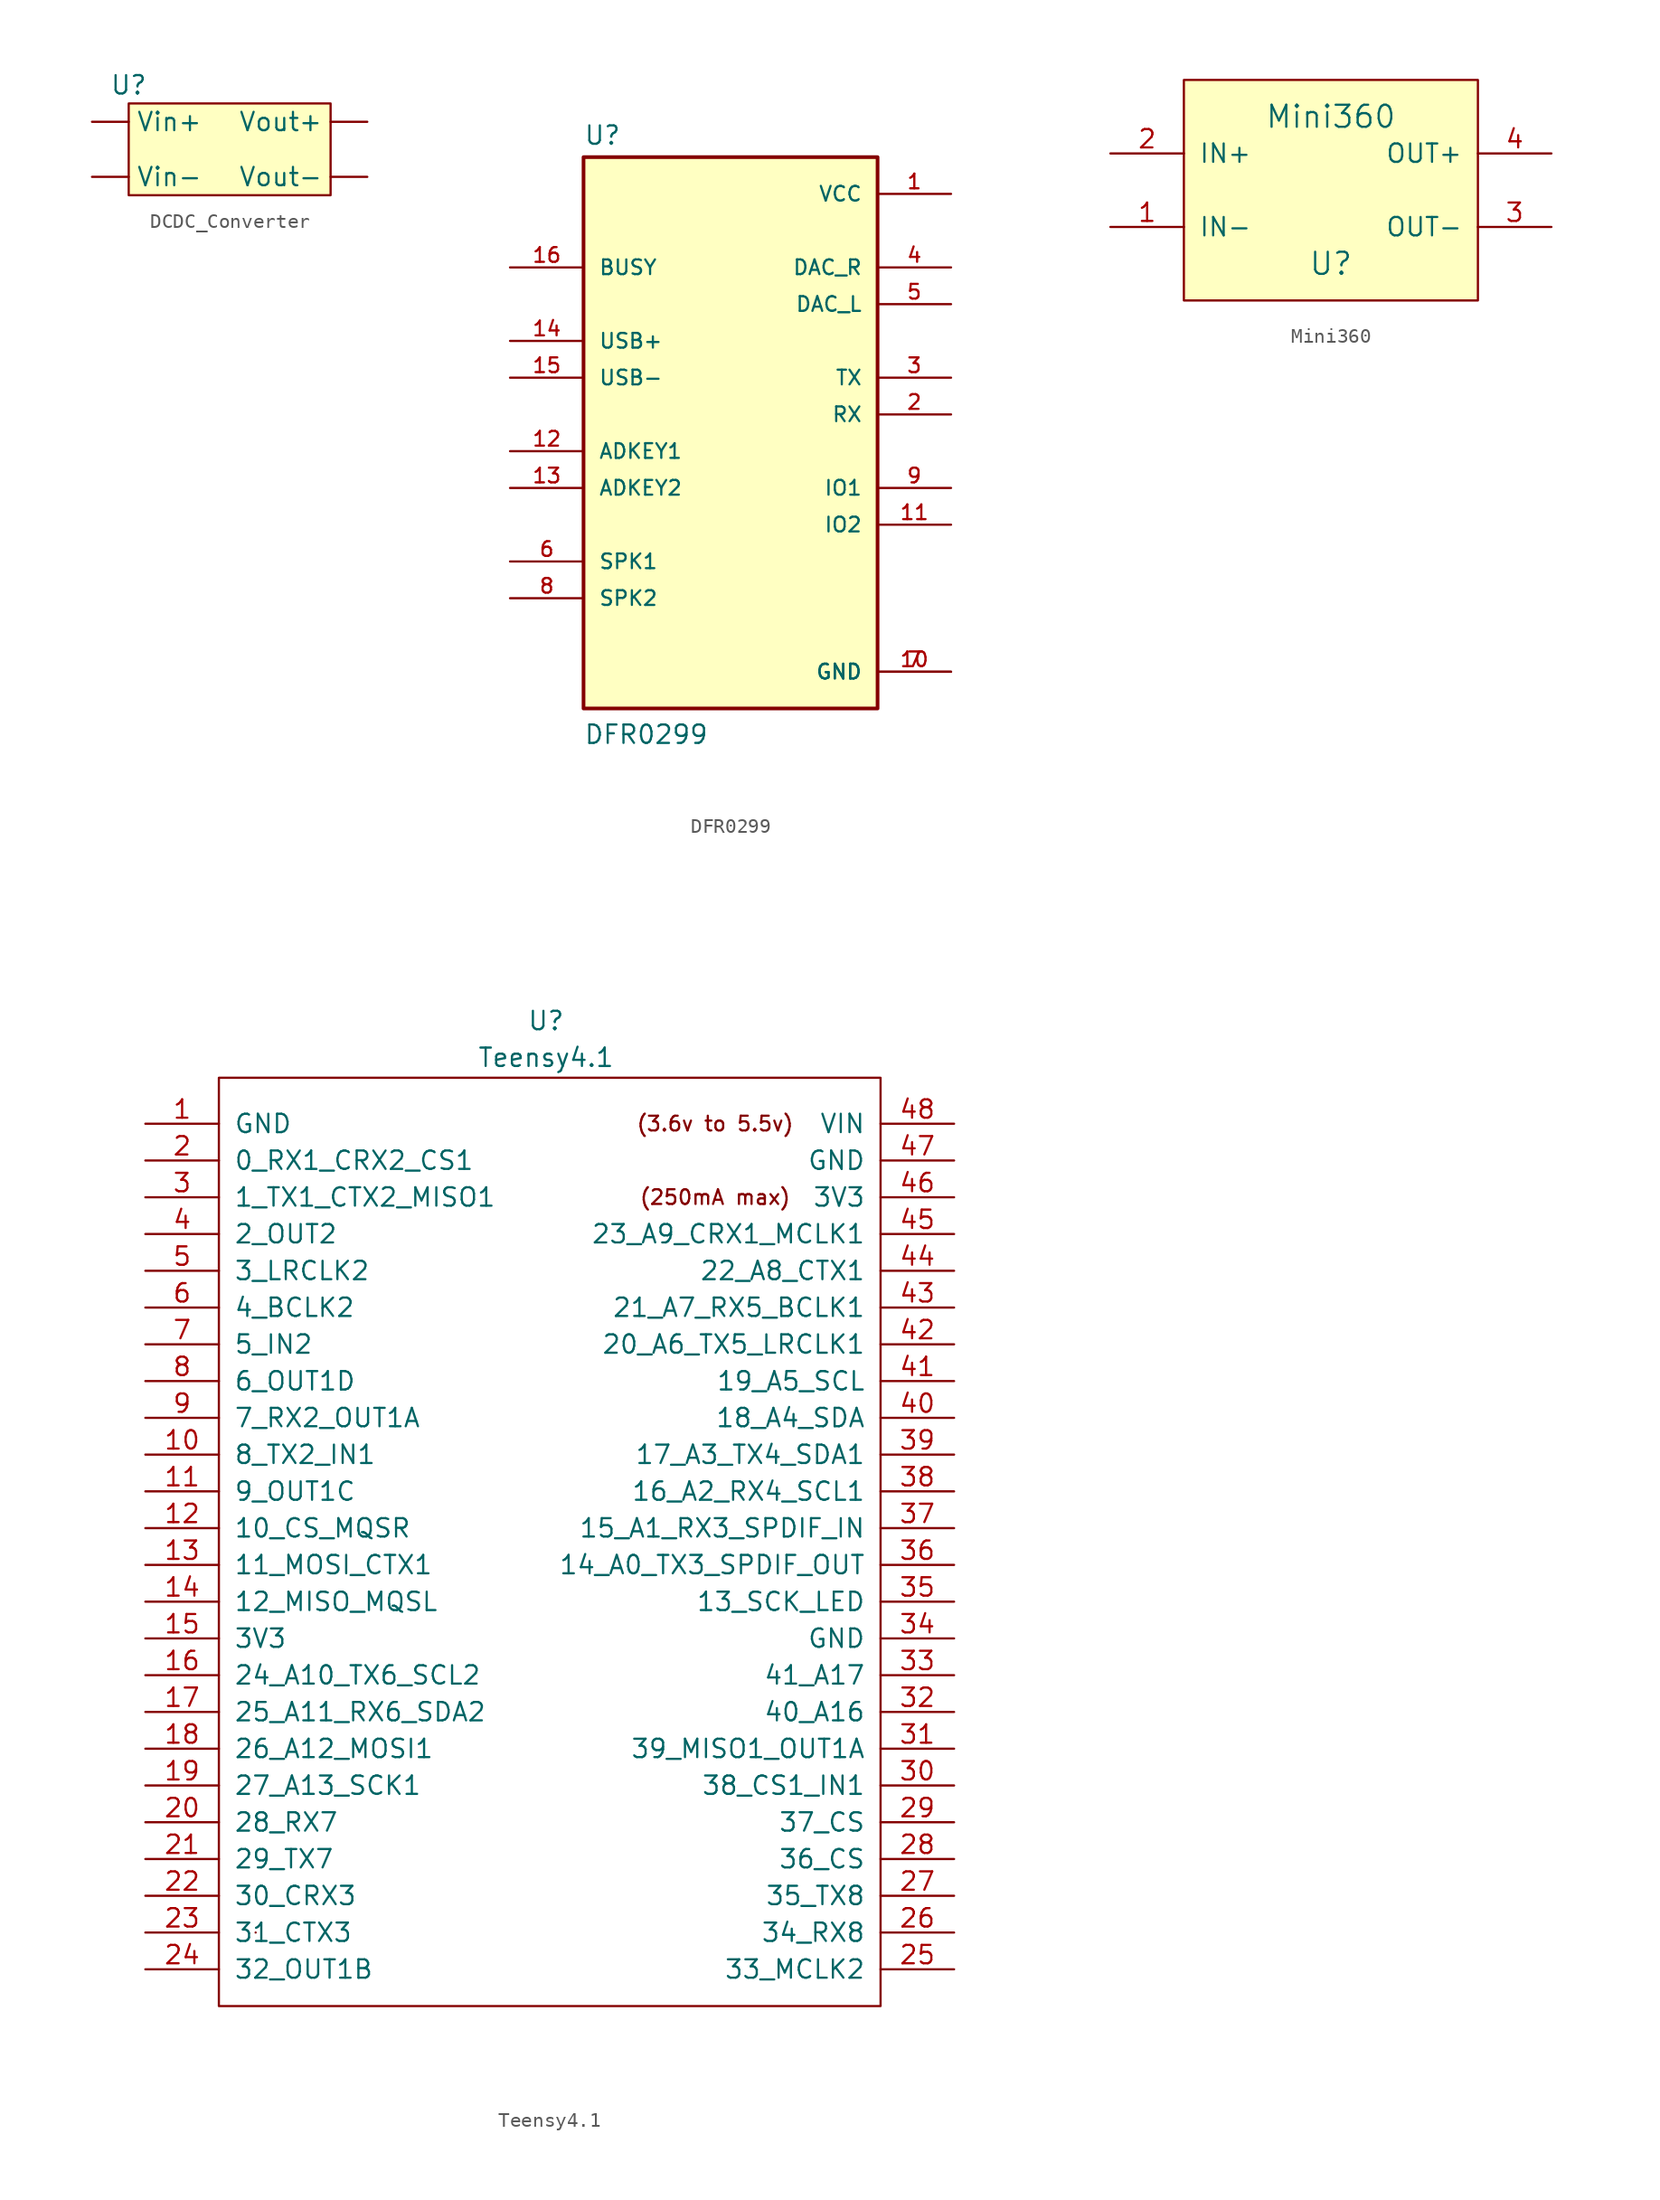
<source format=kicad_sym>
(kicad_symbol_lib
  (version 20241209)
  (generator "kicad_symbol_editor")
  (generator_version "9.0")
  (symbol "DCDC_Converter"
    (property "Reference" "U"
      (at 0 0 0)
      (effects (font (size 1.27 1.27))))
    (property "Value" ""
      (at 0 0 0)
      (effects (font (size 1.27 1.27))))
    (symbol "DCDC_Converter_1_1"
      (rectangle (start 0 -1.27) (end 13.97 -7.62) (stroke (width 0) (type solid)) (fill (type background)))
      (pin power_in line (at -2.54 -2.54 0) (length 2.54) (name "Vin+" (effects (font (size 1.27 1.27)))) (number "" (effects (font (size 1.27 1.27)))))
      (pin power_in line (at -2.54 -6.35 0) (length 2.54) (name "Vin-" (effects (font (size 1.27 1.27)))) (number "" (effects (font (size 1.27 1.27)))))
      (pin power_out line (at 16.51 -2.54 180) (length 2.54) (name "Vout+" (effects (font (size 1.27 1.27)))) (number "" (effects (font (size 1.27 1.27)))))
      (pin power_out line (at 16.51 -6.35 180) (length 2.54) (name "Vout-" (effects (font (size 1.27 1.27)))) (number "" (effects (font (size 1.27 1.27)))))))
  (symbol "DFR0299"
    (pin_names
      (offset 1.016))
    (property "Reference" "U"
      (at -10.16 18.542 0)
      (effects (font (size 1.27 1.27)) (justify left bottom)))
    (property "Value" "DFR0299"
      (at -10.16 -22.86 0)
      (effects (font (size 1.27 1.27)) (justify left bottom)))
    (symbol "DFR0299_0_0"
      (rectangle (start -10.16 -20.32) (end 10.16 17.78) (stroke (width 0.254) (type default)) (fill (type background)))
      (pin input line (at -15.24 10.16 0) (length 5.08) (name "BUSY" (effects (font (size 1.016 1.016)))) (number "16" (effects (font (size 1.016 1.016)))))
      (pin input line (at -15.24 5.08 0) (length 5.08) (name "USB+" (effects (font (size 1.016 1.016)))) (number "14" (effects (font (size 1.016 1.016)))))
      (pin input line (at -15.24 2.54 0) (length 5.08) (name "USB-" (effects (font (size 1.016 1.016)))) (number "15" (effects (font (size 1.016 1.016)))))
      (pin input line (at -15.24 -2.54 0) (length 5.08) (name "ADKEY1" (effects (font (size 1.016 1.016)))) (number "12" (effects (font (size 1.016 1.016)))))
      (pin input line (at -15.24 -5.08 0) (length 5.08) (name "ADKEY2" (effects (font (size 1.016 1.016)))) (number "13" (effects (font (size 1.016 1.016)))))
      (pin passive line (at -15.24 -10.16 0) (length 5.08) (name "SPK1" (effects (font (size 1.016 1.016)))) (number "6" (effects (font (size 1.016 1.016)))))
      (pin passive line (at -15.24 -12.7 0) (length 5.08) (name "SPK2" (effects (font (size 1.016 1.016)))) (number "8" (effects (font (size 1.016 1.016)))))
      (pin power_in line (at 15.24 15.24 180) (length 5.08) (name "VCC" (effects (font (size 1.016 1.016)))) (number "1" (effects (font (size 1.016 1.016)))))
      (pin output line (at 15.24 10.16 180) (length 5.08) (name "DAC_R" (effects (font (size 1.016 1.016)))) (number "4" (effects (font (size 1.016 1.016)))))
      (pin output line (at 15.24 7.62 180) (length 5.08) (name "DAC_L" (effects (font (size 1.016 1.016)))) (number "5" (effects (font (size 1.016 1.016)))))
      (pin output line (at 15.24 2.54 180) (length 5.08) (name "TX" (effects (font (size 1.016 1.016)))) (number "3" (effects (font (size 1.016 1.016)))))
      (pin input line (at 15.24 0 180) (length 5.08) (name "RX" (effects (font (size 1.016 1.016)))) (number "2" (effects (font (size 1.016 1.016)))))
      (pin bidirectional line (at 15.24 -5.08 180) (length 5.08) (name "IO1" (effects (font (size 1.016 1.016)))) (number "9" (effects (font (size 1.016 1.016)))))
      (pin bidirectional line (at 15.24 -7.62 180) (length 5.08) (name "IO2" (effects (font (size 1.016 1.016)))) (number "11" (effects (font (size 1.016 1.016)))))
      (pin power_in line (at 15.24 -17.78 180) (length 5.08) (name "GND" (effects (font (size 1.016 1.016)))) (number "10" (effects (font (size 1.016 1.016)))))
      (pin power_in line (at 15.24 -17.78 180) (length 5.08) (name "GND" (effects (font (size 1.016 1.016)))) (number "7" (effects (font (size 1.016 1.016)))))))
  (symbol "Mini360"
    (pin_names
      (offset 1.016))
    (property "Reference" "U"
      (at 0 -5.08 0)
      (effects (font (size 1.524 1.524))))
    (property "Value" "Mini360"
      (at 0 5.08 0)
      (effects (font (size 1.524 1.524))))
    (symbol "Mini360_0_1"
      (rectangle (start -10.16 7.62) (end 10.16 -7.62) (stroke (width 0) (type solid)) (fill (type background))))
    (symbol "Mini360_1_1"
      (pin passive line (at -15.24 2.54 0) (length 5.08) (name "IN+" (effects (font (size 1.27 1.27)))) (number "2" (effects (font (size 1.27 1.27)))))
      (pin passive line (at -15.24 -2.54 0) (length 5.08) (name "IN-" (effects (font (size 1.27 1.27)))) (number "1" (effects (font (size 1.27 1.27)))))
      (pin passive line (at 15.24 2.54 180) (length 5.08) (name "OUT+" (effects (font (size 1.27 1.27)))) (number "4" (effects (font (size 1.27 1.27)))))
      (pin passive line (at 15.24 -2.54 180) (length 5.08) (name "OUT-" (effects (font (size 1.27 1.27)))) (number "3" (effects (font (size 1.27 1.27)))))))
  (symbol "Teensy4.1"
    (pin_names
      (offset 1.016))
    (property "Reference" "U"
      (at -0.254 61.722 0)
      (effects (font (size 1.27 1.27))))
    (property "Value" "Teensy4.1"
      (at -0.254 59.182 0)
      (effects (font (size 1.27 1.27))))
    (symbol "Teensy4.1_0_0"
      (text "(3.6v to 5.5v)" (at 11.43 54.61 0) (effects (font (size 1.016 1.016))))
      (text "(250mA max)" (at 11.43 49.53 0) (effects (font (size 1.016 1.016))))
      (pin bidirectional line (at -27.94 44.45 0) (length 5.08) (name "3_LRCLK2" (effects (font (size 1.27 1.27)))) (number "5" (effects (font (size 1.27 1.27)))))
      (pin bidirectional line (at -27.94 41.91 0) (length 5.08) (name "4_BCLK2" (effects (font (size 1.27 1.27)))) (number "6" (effects (font (size 1.27 1.27)))))
      (pin bidirectional line (at -27.94 39.37 0) (length 5.08) (name "5_IN2" (effects (font (size 1.27 1.27)))) (number "7" (effects (font (size 1.27 1.27)))))
      (pin bidirectional line (at -27.94 36.83 0) (length 5.08) (name "6_OUT1D" (effects (font (size 1.27 1.27)))) (number "8" (effects (font (size 1.27 1.27)))))
      (pin bidirectional line (at -27.94 34.29 0) (length 5.08) (name "7_RX2_OUT1A" (effects (font (size 1.27 1.27)))) (number "9" (effects (font (size 1.27 1.27)))))
      (pin bidirectional line (at -27.94 31.75 0) (length 5.08) (name "8_TX2_IN1" (effects (font (size 1.27 1.27)))) (number "10" (effects (font (size 1.27 1.27)))))
      (pin bidirectional line (at -27.94 29.21 0) (length 5.08) (name "9_OUT1C" (effects (font (size 1.27 1.27)))) (number "11" (effects (font (size 1.27 1.27)))))
      (pin bidirectional line (at -27.94 26.67 0) (length 5.08) (name "10_CS_MQSR" (effects (font (size 1.27 1.27)))) (number "12" (effects (font (size 1.27 1.27)))))
      (pin bidirectional line (at -27.94 24.13 0) (length 5.08) (name "11_MOSI_CTX1" (effects (font (size 1.27 1.27)))) (number "13" (effects (font (size 1.27 1.27)))))
      (pin bidirectional line (at -27.94 21.59 0) (length 5.08) (name "12_MISO_MQSL" (effects (font (size 1.27 1.27)))) (number "14" (effects (font (size 1.27 1.27)))))
      (pin power_in line (at -27.94 19.05 0) (length 5.08) (name "3V3" (effects (font (size 1.27 1.27)))) (number "15" (effects (font (size 1.27 1.27)))))
      (pin bidirectional line (at -27.94 16.51 0) (length 5.08) (name "24_A10_TX6_SCL2" (effects (font (size 1.27 1.27)))) (number "16" (effects (font (size 1.27 1.27)))))
      (pin bidirectional line (at -27.94 13.97 0) (length 5.08) (name "25_A11_RX6_SDA2" (effects (font (size 1.27 1.27)))) (number "17" (effects (font (size 1.27 1.27)))))
      (pin bidirectional line (at -27.94 11.43 0) (length 5.08) (name "26_A12_MOSI1" (effects (font (size 1.27 1.27)))) (number "18" (effects (font (size 1.27 1.27)))))
      (pin bidirectional line (at -27.94 8.89 0) (length 5.08) (name "27_A13_SCK1" (effects (font (size 1.27 1.27)))) (number "19" (effects (font (size 1.27 1.27)))))
      (pin bidirectional line (at -27.94 6.35 0) (length 5.08) (name "28_RX7" (effects (font (size 1.27 1.27)))) (number "20" (effects (font (size 1.27 1.27)))))
      (pin bidirectional line (at -27.94 3.81 0) (length 5.08) (name "29_TX7" (effects (font (size 1.27 1.27)))) (number "21" (effects (font (size 1.27 1.27)))))
      (pin bidirectional line (at -27.94 1.27 0) (length 5.08) (name "30_CRX3" (effects (font (size 1.27 1.27)))) (number "22" (effects (font (size 1.27 1.27)))))
      (pin bidirectional line (at -27.94 -1.27 0) (length 5.08) (name "31_CTX3" (effects (font (size 1.27 1.27)))) (number "23" (effects (font (size 1.27 1.27)))))
      (pin bidirectional line (at -27.94 -3.81 0) (length 5.08) (name "32_OUT1B" (effects (font (size 1.27 1.27)))) (number "24" (effects (font (size 1.27 1.27)))))
      (pin power_in line (at 27.94 54.61 180) (length 5.08) (name "VIN" (effects (font (size 1.27 1.27)))) (number "48" (effects (font (size 1.27 1.27)))))
      (pin output line (at 27.94 52.07 180) (length 5.08) (name "GND" (effects (font (size 1.27 1.27)))) (number "47" (effects (font (size 1.27 1.27)))))
      (pin output line (at 27.94 49.53 180) (length 5.08) (name "3V3" (effects (font (size 1.27 1.27)))) (number "46" (effects (font (size 1.27 1.27)))))
      (pin bidirectional line (at 27.94 46.99 180) (length 5.08) (name "23_A9_CRX1_MCLK1" (effects (font (size 1.27 1.27)))) (number "45" (effects (font (size 1.27 1.27)))))
      (pin bidirectional line (at 27.94 44.45 180) (length 5.08) (name "22_A8_CTX1" (effects (font (size 1.27 1.27)))) (number "44" (effects (font (size 1.27 1.27)))))
      (pin bidirectional line (at 27.94 41.91 180) (length 5.08) (name "21_A7_RX5_BCLK1" (effects (font (size 1.27 1.27)))) (number "43" (effects (font (size 1.27 1.27)))))
      (pin bidirectional line (at 27.94 39.37 180) (length 5.08) (name "20_A6_TX5_LRCLK1" (effects (font (size 1.27 1.27)))) (number "42" (effects (font (size 1.27 1.27)))))
      (pin bidirectional line (at 27.94 36.83 180) (length 5.08) (name "19_A5_SCL" (effects (font (size 1.27 1.27)))) (number "41" (effects (font (size 1.27 1.27)))))
      (pin bidirectional line (at 27.94 34.29 180) (length 5.08) (name "18_A4_SDA" (effects (font (size 1.27 1.27)))) (number "40" (effects (font (size 1.27 1.27)))))
      (pin bidirectional line (at 27.94 31.75 180) (length 5.08) (name "17_A3_TX4_SDA1" (effects (font (size 1.27 1.27)))) (number "39" (effects (font (size 1.27 1.27)))))
      (pin bidirectional line (at 27.94 29.21 180) (length 5.08) (name "16_A2_RX4_SCL1" (effects (font (size 1.27 1.27)))) (number "38" (effects (font (size 1.27 1.27)))))
      (pin bidirectional line (at 27.94 26.67 180) (length 5.08) (name "15_A1_RX3_SPDIF_IN" (effects (font (size 1.27 1.27)))) (number "37" (effects (font (size 1.27 1.27)))))
      (pin bidirectional line (at 27.94 24.13 180) (length 5.08) (name "14_A0_TX3_SPDIF_OUT" (effects (font (size 1.27 1.27)))) (number "36" (effects (font (size 1.27 1.27)))))
      (pin bidirectional line (at 27.94 21.59 180) (length 5.08) (name "13_SCK_LED" (effects (font (size 1.27 1.27)))) (number "35" (effects (font (size 1.27 1.27)))))
      (pin bidirectional line (at 27.94 16.51 180) (length 5.08) (name "41_A17" (effects (font (size 1.27 1.27)))) (number "33" (effects (font (size 1.27 1.27)))))
      (pin bidirectional line (at 27.94 13.97 180) (length 5.08) (name "40_A16" (effects (font (size 1.27 1.27)))) (number "32" (effects (font (size 1.27 1.27)))))
      (pin bidirectional line (at 27.94 11.43 180) (length 5.08) (name "39_MISO1_OUT1A" (effects (font (size 1.27 1.27)))) (number "31" (effects (font (size 1.27 1.27)))))
      (pin bidirectional line (at 27.94 8.89 180) (length 5.08) (name "38_CS1_IN1" (effects (font (size 1.27 1.27)))) (number "30" (effects (font (size 1.27 1.27)))))
      (pin bidirectional line (at 27.94 6.35 180) (length 5.08) (name "37_CS" (effects (font (size 1.27 1.27)))) (number "29" (effects (font (size 1.27 1.27)))))
      (pin bidirectional line (at 27.94 3.81 180) (length 5.08) (name "36_CS" (effects (font (size 1.27 1.27)))) (number "28" (effects (font (size 1.27 1.27)))))
      (pin bidirectional line (at 27.94 1.27 180) (length 5.08) (name "35_TX8" (effects (font (size 1.27 1.27)))) (number "27" (effects (font (size 1.27 1.27)))))
      (pin bidirectional line (at 27.94 -1.27 180) (length 5.08) (name "34_RX8" (effects (font (size 1.27 1.27)))) (number "26" (effects (font (size 1.27 1.27)))))
      (pin bidirectional line (at 27.94 -3.81 180) (length 5.08) (name "33_MCLK2" (effects (font (size 1.27 1.27)))) (number "25" (effects (font (size 1.27 1.27))))))
    (symbol "Teensy4.1_0_1"
      (rectangle (start -22.86 57.785) (end 22.86 -6.35) (stroke (width 0) (type solid)) (fill (type none)))
      (rectangle (start -20.32 -1.27) (end -20.32 -1.27) (stroke (width 0) (type solid)) (fill (type none))))
    (symbol "Teensy4.1_1_1"
      (pin power_in line (at -27.94 54.61 0) (length 5.08) (name "GND" (effects (font (size 1.27 1.27)))) (number "1" (effects (font (size 1.27 1.27)))))
      (pin bidirectional line (at -27.94 52.07 0) (length 5.08) (name "0_RX1_CRX2_CS1" (effects (font (size 1.27 1.27)))) (number "2" (effects (font (size 1.27 1.27)))))
      (pin bidirectional line (at -27.94 49.53 0) (length 5.08) (name "1_TX1_CTX2_MISO1" (effects (font (size 1.27 1.27)))) (number "3" (effects (font (size 1.27 1.27)))))
      (pin bidirectional line (at -27.94 46.99 0) (length 5.08) (name "2_OUT2" (effects (font (size 1.27 1.27)))) (number "4" (effects (font (size 1.27 1.27)))))
      (pin power_in line (at 27.94 19.05 180) (length 5.08) (name "GND" (effects (font (size 1.27 1.27)))) (number "34" (effects (font (size 1.27 1.27))))))))
</source>
